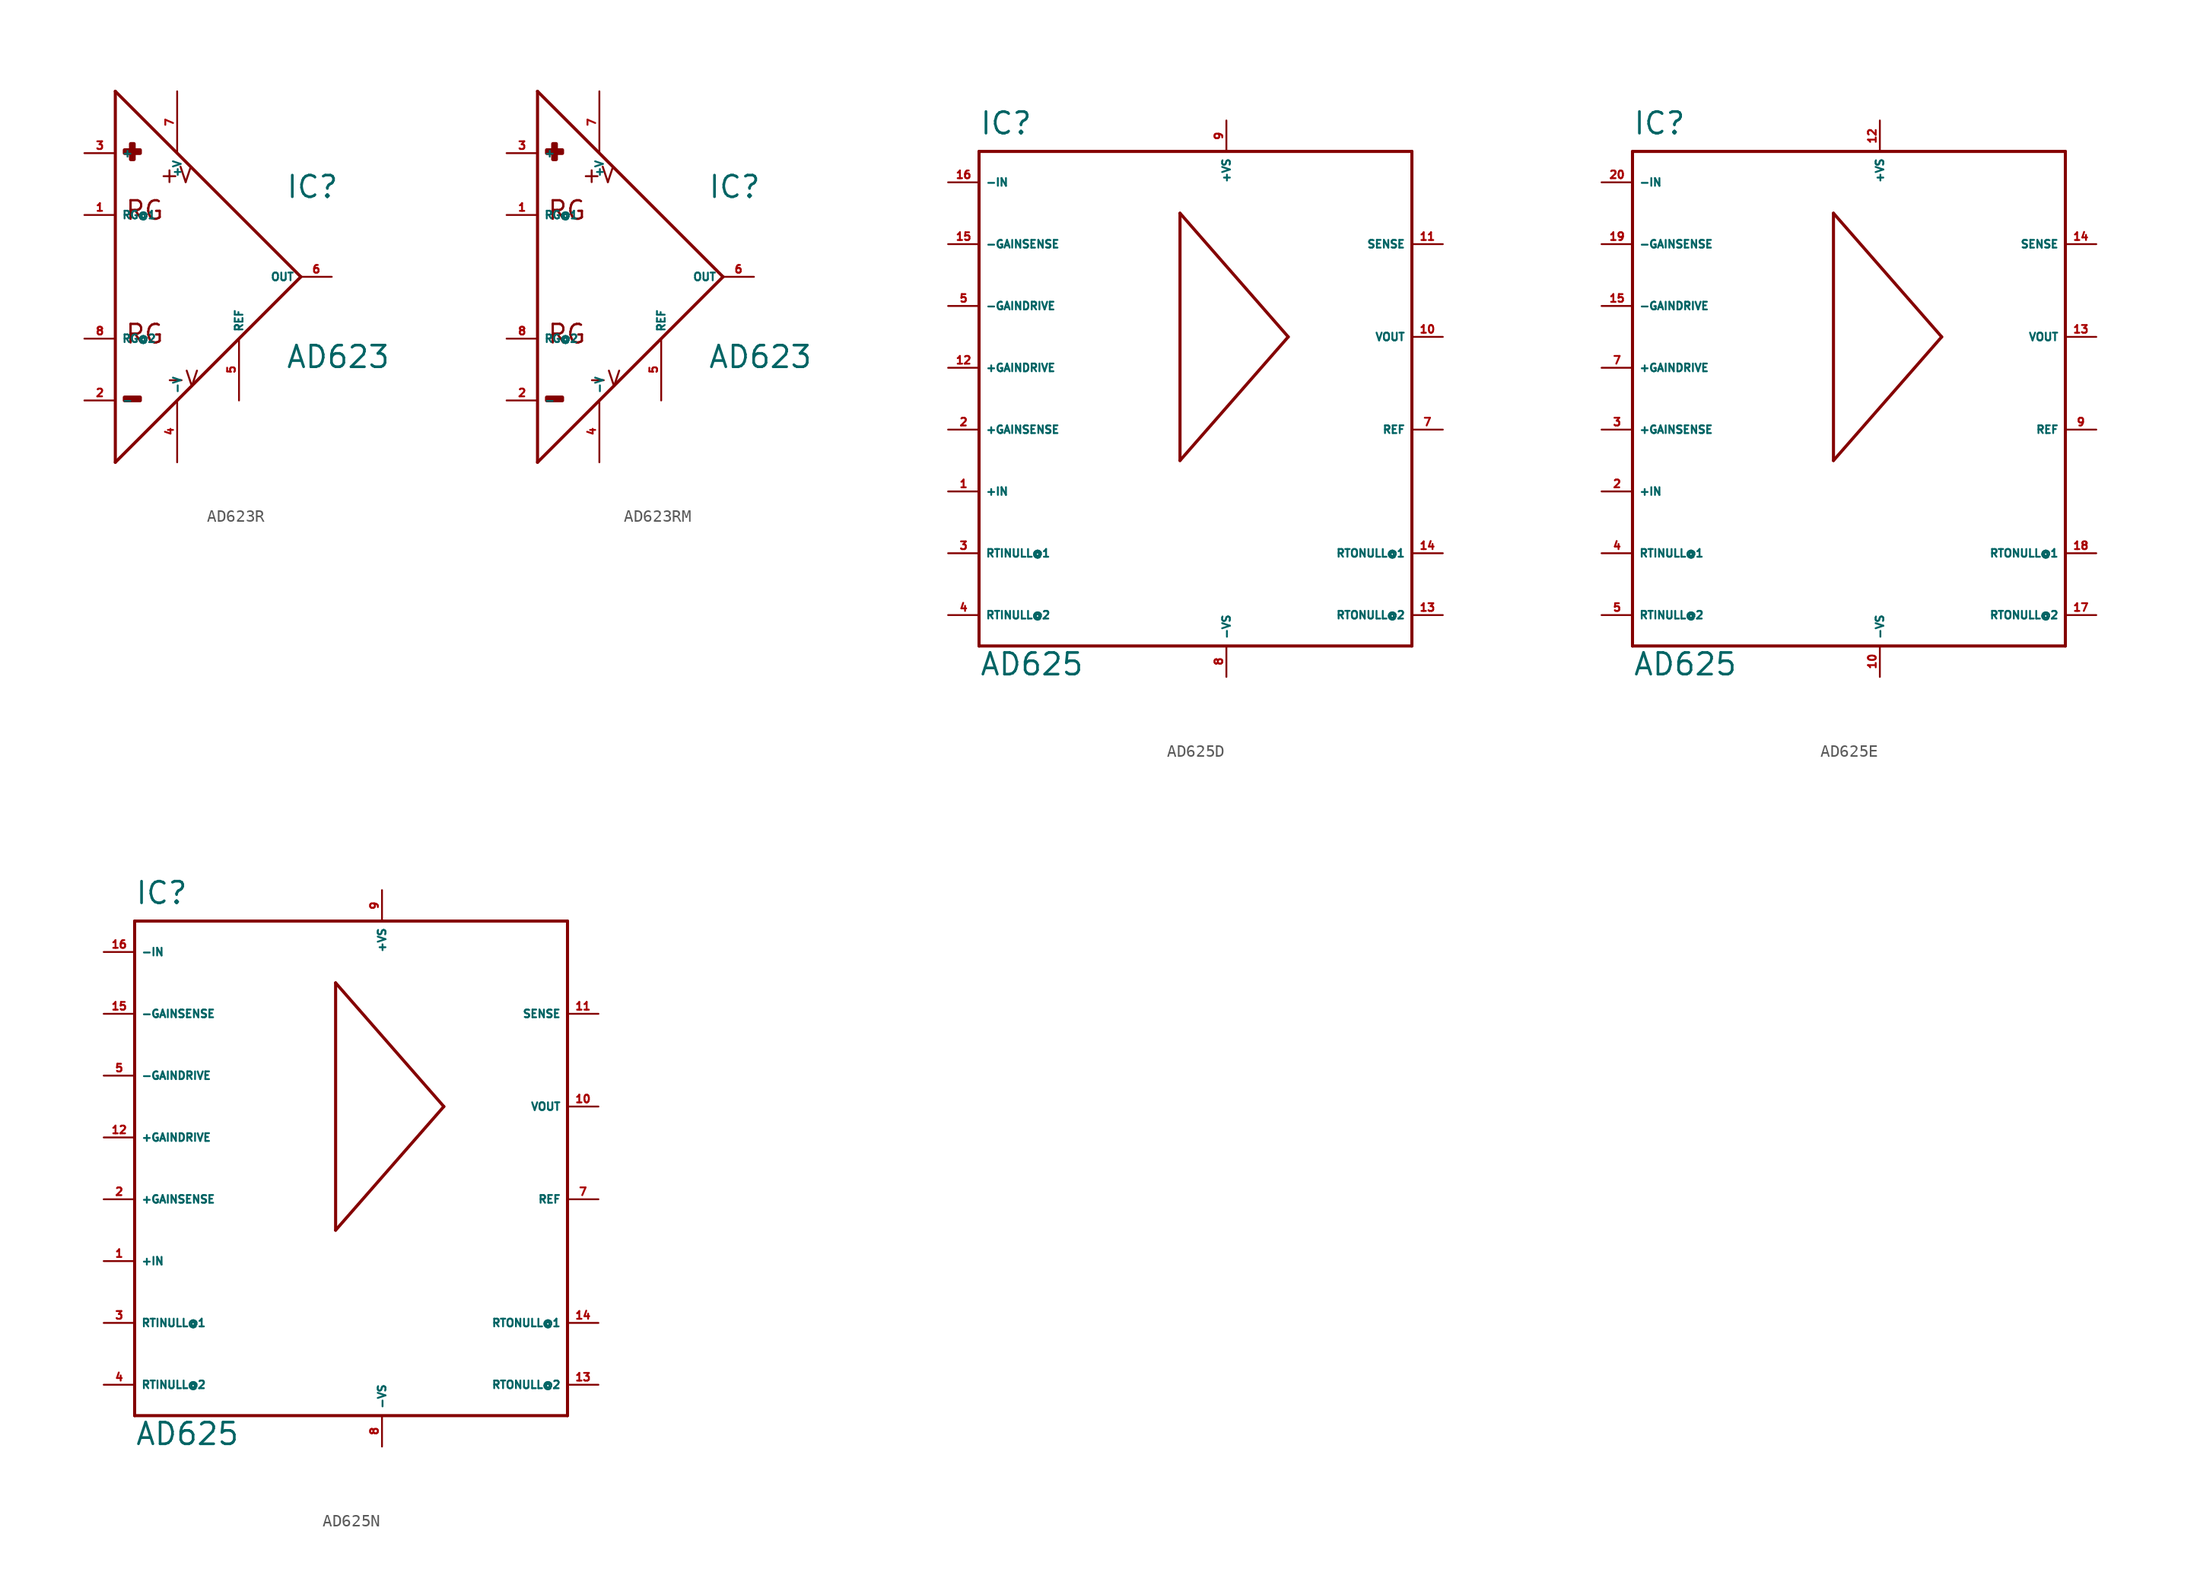
<source format=kicad_sym>
(kicad_symbol_lib
  (version 20220914)
  (generator Eagle2Kicad)
  (symbol "AD623R"
    (property "Reference" "IC"
      (at 8.89 6.35 0)
      (effects (font (size 1.778 1.778) (thickness 0.22)) (justify left bottom)))
    (property "Value" "AD623"
      (at 8.89 -7.62 0)
      (effects (font (size 1.778 1.778) (thickness 0.22)) (justify left bottom)))
    (polyline
      (pts (xy -5.08 15.24) (xy -5.08 -15.24))
      (stroke (width 0.254) (type default))
      (fill (type none)))
    (polyline
      (pts (xy -5.08 -15.24) (xy 10.16 0))
      (stroke (width 0.254) (type default))
      (fill (type none)))
    (polyline
      (pts (xy 10.16 0) (xy -5.08 15.24))
      (stroke (width 0.254) (type default))
      (fill (type none)))
    (text "+V"
      (at -1.524 7.62 0)
      (effects (font (size 1.27 1.27) (thickness 0.16)) (justify left bottom)))
    (text "-V"
      (at -1.016 -9.144 0)
      (effects (font (size 1.27 1.27) (thickness 0.16)) (justify left bottom)))
    (text "RG"
      (at -4.318 4.572 0)
      (effects (font (size 1.524 1.524) (thickness 0.19)) (justify left bottom)))
    (text "RG"
      (at -4.318 -5.588 0)
      (effects (font (size 1.524 1.524) (thickness 0.19)) (justify left bottom)))
    (rectangle
      (start -3.81 9.652)
      (end -3.556 10.922)
      (stroke (width 0.3) (type default))
      (fill (type outline)))
    (rectangle
      (start -4.318 10.16)
      (end -3.048 10.414)
      (stroke (width 0.3) (type default))
      (fill (type outline)))
    (rectangle
      (start -4.318 -10.16)
      (end -3.048 -9.906)
      (stroke (width 0.3) (type default))
      (fill (type outline)))
    (pin input line
      (at -7.62 10.16 0)
      (length 2.54)
      (name "+" (effects (font (size 0.635 0.635) (thickness 0.08)) (justify left bottom)))
      (number "3" (effects (font (size 0.635 0.635) (thickness 0.08)) (justify left bottom))))
    (pin input line
      (at -7.62 -10.16 0)
      (length 2.54)
      (name "-" (effects (font (size 0.635 0.635) (thickness 0.08)) (justify left bottom)))
      (number "2" (effects (font (size 0.635 0.635) (thickness 0.08)) (justify left bottom))))
    (pin unspecified line
      (at 0 -15.24 90)
      (length 5.08)
      (name "-V" (effects (font (size 0.635 0.635) (thickness 0.08)) (justify left bottom)))
      (number "4" (effects (font (size 0.635 0.635) (thickness 0.08)) (justify left bottom))))
    (pin unspecified line
      (at 0 15.24 270)
      (length 5.08)
      (name "+V" (effects (font (size 0.635 0.635) (thickness 0.08)) (justify left bottom)))
      (number "7" (effects (font (size 0.635 0.635) (thickness 0.08)) (justify left bottom))))
    (pin output line
      (at 12.7 0 180)
      (length 2.54)
      (name "OUT" (effects (font (size 0.635 0.635) (thickness 0.08)) (justify left bottom)))
      (number "6" (effects (font (size 0.635 0.635) (thickness 0.08)) (justify left bottom))))
    (pin passive line
      (at -7.62 5.08 0)
      (length 2.54)
      (name "RG@1" (effects (font (size 0.635 0.635) (thickness 0.08)) (justify left bottom)))
      (number "1" (effects (font (size 0.635 0.635) (thickness 0.08)) (justify left bottom))))
    (pin passive line
      (at -7.62 -5.08 0)
      (length 2.54)
      (name "RG@2" (effects (font (size 0.635 0.635) (thickness 0.08)) (justify left bottom)))
      (number "8" (effects (font (size 0.635 0.635) (thickness 0.08)) (justify left bottom))))
    (pin passive line
      (at 5.08 -10.16 90)
      (length 5.08)
      (name "REF" (effects (font (size 0.635 0.635) (thickness 0.08)) (justify left bottom)))
      (number "5" (effects (font (size 0.635 0.635) (thickness 0.08)) (justify left bottom)))))
  (symbol "AD623RM"
    (property "Reference" "IC"
      (at 8.89 6.35 0)
      (effects (font (size 1.778 1.778) (thickness 0.22)) (justify left bottom)))
    (property "Value" "AD623"
      (at 8.89 -7.62 0)
      (effects (font (size 1.778 1.778) (thickness 0.22)) (justify left bottom)))
    (polyline
      (pts (xy -5.08 15.24) (xy -5.08 -15.24))
      (stroke (width 0.254) (type default))
      (fill (type none)))
    (polyline
      (pts (xy -5.08 -15.24) (xy 10.16 0))
      (stroke (width 0.254) (type default))
      (fill (type none)))
    (polyline
      (pts (xy 10.16 0) (xy -5.08 15.24))
      (stroke (width 0.254) (type default))
      (fill (type none)))
    (text "+V"
      (at -1.524 7.62 0)
      (effects (font (size 1.27 1.27) (thickness 0.16)) (justify left bottom)))
    (text "-V"
      (at -1.016 -9.144 0)
      (effects (font (size 1.27 1.27) (thickness 0.16)) (justify left bottom)))
    (text "RG"
      (at -4.318 4.572 0)
      (effects (font (size 1.524 1.524) (thickness 0.19)) (justify left bottom)))
    (text "RG"
      (at -4.318 -5.588 0)
      (effects (font (size 1.524 1.524) (thickness 0.19)) (justify left bottom)))
    (rectangle
      (start -3.81 9.652)
      (end -3.556 10.922)
      (stroke (width 0.3) (type default))
      (fill (type outline)))
    (rectangle
      (start -4.318 10.16)
      (end -3.048 10.414)
      (stroke (width 0.3) (type default))
      (fill (type outline)))
    (rectangle
      (start -4.318 -10.16)
      (end -3.048 -9.906)
      (stroke (width 0.3) (type default))
      (fill (type outline)))
    (pin input line
      (at -7.62 10.16 0)
      (length 2.54)
      (name "+" (effects (font (size 0.635 0.635) (thickness 0.08)) (justify left bottom)))
      (number "3" (effects (font (size 0.635 0.635) (thickness 0.08)) (justify left bottom))))
    (pin input line
      (at -7.62 -10.16 0)
      (length 2.54)
      (name "-" (effects (font (size 0.635 0.635) (thickness 0.08)) (justify left bottom)))
      (number "2" (effects (font (size 0.635 0.635) (thickness 0.08)) (justify left bottom))))
    (pin unspecified line
      (at 0 -15.24 90)
      (length 5.08)
      (name "-V" (effects (font (size 0.635 0.635) (thickness 0.08)) (justify left bottom)))
      (number "4" (effects (font (size 0.635 0.635) (thickness 0.08)) (justify left bottom))))
    (pin unspecified line
      (at 0 15.24 270)
      (length 5.08)
      (name "+V" (effects (font (size 0.635 0.635) (thickness 0.08)) (justify left bottom)))
      (number "7" (effects (font (size 0.635 0.635) (thickness 0.08)) (justify left bottom))))
    (pin output line
      (at 12.7 0 180)
      (length 2.54)
      (name "OUT" (effects (font (size 0.635 0.635) (thickness 0.08)) (justify left bottom)))
      (number "6" (effects (font (size 0.635 0.635) (thickness 0.08)) (justify left bottom))))
    (pin passive line
      (at -7.62 5.08 0)
      (length 2.54)
      (name "RG@1" (effects (font (size 0.635 0.635) (thickness 0.08)) (justify left bottom)))
      (number "1" (effects (font (size 0.635 0.635) (thickness 0.08)) (justify left bottom))))
    (pin passive line
      (at -7.62 -5.08 0)
      (length 2.54)
      (name "RG@2" (effects (font (size 0.635 0.635) (thickness 0.08)) (justify left bottom)))
      (number "8" (effects (font (size 0.635 0.635) (thickness 0.08)) (justify left bottom))))
    (pin passive line
      (at 5.08 -10.16 90)
      (length 5.08)
      (name "REF" (effects (font (size 0.635 0.635) (thickness 0.08)) (justify left bottom)))
      (number "5" (effects (font (size 0.635 0.635) (thickness 0.08)) (justify left bottom)))))
  (symbol "AD625D"
    (property "Reference" "IC"
      (at -17.78 21.59 0)
      (effects (font (size 1.778 1.778) (thickness 0.22)) (justify left bottom)))
    (property "Value" "AD625"
      (at -17.78 -22.86 0)
      (effects (font (size 1.778 1.778) (thickness 0.22)) (justify left bottom)))
    (polyline
      (pts (xy -17.78 20.32) (xy 17.78 20.32))
      (stroke (width 0.254) (type default))
      (fill (type none)))
    (polyline
      (pts (xy 17.78 20.32) (xy 17.78 -20.32))
      (stroke (width 0.254) (type default))
      (fill (type none)))
    (polyline
      (pts (xy 17.78 -20.32) (xy -17.78 -20.32))
      (stroke (width 0.254) (type default))
      (fill (type none)))
    (polyline
      (pts (xy -17.78 -20.32) (xy -17.78 20.32))
      (stroke (width 0.254) (type default))
      (fill (type none)))
    (polyline
      (pts (xy -1.27 15.24) (xy -1.27 -5.08))
      (stroke (width 0.254) (type default))
      (fill (type none)))
    (polyline
      (pts (xy -1.27 -5.08) (xy 7.62 5.08))
      (stroke (width 0.254) (type default))
      (fill (type none)))
    (polyline
      (pts (xy 7.62 5.08) (xy -1.27 15.24))
      (stroke (width 0.254) (type default))
      (fill (type none)))
    (pin input line
      (at -20.32 17.78 0)
      (length 2.54)
      (name "-IN" (effects (font (size 0.635 0.635) (thickness 0.08)) (justify left bottom)))
      (number "16" (effects (font (size 0.635 0.635) (thickness 0.08)) (justify left bottom))))
    (pin input line
      (at -20.32 12.7 0)
      (length 2.54)
      (name "-GAINSENSE" (effects (font (size 0.635 0.635) (thickness 0.08)) (justify left bottom)))
      (number "15" (effects (font (size 0.635 0.635) (thickness 0.08)) (justify left bottom))))
    (pin input line
      (at -20.32 7.62 0)
      (length 2.54)
      (name "-GAINDRIVE" (effects (font (size 0.635 0.635) (thickness 0.08)) (justify left bottom)))
      (number "5" (effects (font (size 0.635 0.635) (thickness 0.08)) (justify left bottom))))
    (pin input line
      (at -20.32 2.54 0)
      (length 2.54)
      (name "+GAINDRIVE" (effects (font (size 0.635 0.635) (thickness 0.08)) (justify left bottom)))
      (number "12" (effects (font (size 0.635 0.635) (thickness 0.08)) (justify left bottom))))
    (pin input line
      (at -20.32 -2.54 0)
      (length 2.54)
      (name "+GAINSENSE" (effects (font (size 0.635 0.635) (thickness 0.08)) (justify left bottom)))
      (number "2" (effects (font (size 0.635 0.635) (thickness 0.08)) (justify left bottom))))
    (pin input line
      (at -20.32 -7.62 0)
      (length 2.54)
      (name "+IN" (effects (font (size 0.635 0.635) (thickness 0.08)) (justify left bottom)))
      (number "1" (effects (font (size 0.635 0.635) (thickness 0.08)) (justify left bottom))))
    (pin input line
      (at 20.32 12.7 180)
      (length 2.54)
      (name "SENSE" (effects (font (size 0.635 0.635) (thickness 0.08)) (justify left bottom)))
      (number "11" (effects (font (size 0.635 0.635) (thickness 0.08)) (justify left bottom))))
    (pin input line
      (at 20.32 -2.54 180)
      (length 2.54)
      (name "REF" (effects (font (size 0.635 0.635) (thickness 0.08)) (justify left bottom)))
      (number "7" (effects (font (size 0.635 0.635) (thickness 0.08)) (justify left bottom))))
    (pin output line
      (at 20.32 5.08 180)
      (length 2.54)
      (name "VOUT" (effects (font (size 0.635 0.635) (thickness 0.08)) (justify left bottom)))
      (number "10" (effects (font (size 0.635 0.635) (thickness 0.08)) (justify left bottom))))
    (pin input line
      (at 2.54 22.86 270)
      (length 2.54)
      (name "+VS" (effects (font (size 0.635 0.635) (thickness 0.08)) (justify left bottom)))
      (number "9" (effects (font (size 0.635 0.635) (thickness 0.08)) (justify left bottom))))
    (pin input line
      (at 2.54 -22.86 90)
      (length 2.54)
      (name "-VS" (effects (font (size 0.635 0.635) (thickness 0.08)) (justify left bottom)))
      (number "8" (effects (font (size 0.635 0.635) (thickness 0.08)) (justify left bottom))))
    (pin passive line
      (at -20.32 -12.7 0)
      (length 2.54)
      (name "RTINULL@1" (effects (font (size 0.635 0.635) (thickness 0.08)) (justify left bottom)))
      (number "3" (effects (font (size 0.635 0.635) (thickness 0.08)) (justify left bottom))))
    (pin passive line
      (at -20.32 -17.78 0)
      (length 2.54)
      (name "RTINULL@2" (effects (font (size 0.635 0.635) (thickness 0.08)) (justify left bottom)))
      (number "4" (effects (font (size 0.635 0.635) (thickness 0.08)) (justify left bottom))))
    (pin passive line
      (at 20.32 -12.7 180)
      (length 2.54)
      (name "RTONULL@1" (effects (font (size 0.635 0.635) (thickness 0.08)) (justify left bottom)))
      (number "14" (effects (font (size 0.635 0.635) (thickness 0.08)) (justify left bottom))))
    (pin passive line
      (at 20.32 -17.78 180)
      (length 2.54)
      (name "RTONULL@2" (effects (font (size 0.635 0.635) (thickness 0.08)) (justify left bottom)))
      (number "13" (effects (font (size 0.635 0.635) (thickness 0.08)) (justify left bottom)))))
  (symbol "AD625E"
    (property "Reference" "IC"
      (at -17.78 21.59 0)
      (effects (font (size 1.778 1.778) (thickness 0.22)) (justify left bottom)))
    (property "Value" "AD625"
      (at -17.78 -22.86 0)
      (effects (font (size 1.778 1.778) (thickness 0.22)) (justify left bottom)))
    (polyline
      (pts (xy -17.78 20.32) (xy 17.78 20.32))
      (stroke (width 0.254) (type default))
      (fill (type none)))
    (polyline
      (pts (xy 17.78 20.32) (xy 17.78 -20.32))
      (stroke (width 0.254) (type default))
      (fill (type none)))
    (polyline
      (pts (xy 17.78 -20.32) (xy -17.78 -20.32))
      (stroke (width 0.254) (type default))
      (fill (type none)))
    (polyline
      (pts (xy -17.78 -20.32) (xy -17.78 20.32))
      (stroke (width 0.254) (type default))
      (fill (type none)))
    (polyline
      (pts (xy -1.27 15.24) (xy -1.27 -5.08))
      (stroke (width 0.254) (type default))
      (fill (type none)))
    (polyline
      (pts (xy -1.27 -5.08) (xy 7.62 5.08))
      (stroke (width 0.254) (type default))
      (fill (type none)))
    (polyline
      (pts (xy 7.62 5.08) (xy -1.27 15.24))
      (stroke (width 0.254) (type default))
      (fill (type none)))
    (pin input line
      (at -20.32 17.78 0)
      (length 2.54)
      (name "-IN" (effects (font (size 0.635 0.635) (thickness 0.08)) (justify left bottom)))
      (number "20" (effects (font (size 0.635 0.635) (thickness 0.08)) (justify left bottom))))
    (pin input line
      (at -20.32 12.7 0)
      (length 2.54)
      (name "-GAINSENSE" (effects (font (size 0.635 0.635) (thickness 0.08)) (justify left bottom)))
      (number "19" (effects (font (size 0.635 0.635) (thickness 0.08)) (justify left bottom))))
    (pin input line
      (at -20.32 7.62 0)
      (length 2.54)
      (name "-GAINDRIVE" (effects (font (size 0.635 0.635) (thickness 0.08)) (justify left bottom)))
      (number "15" (effects (font (size 0.635 0.635) (thickness 0.08)) (justify left bottom))))
    (pin input line
      (at -20.32 2.54 0)
      (length 2.54)
      (name "+GAINDRIVE" (effects (font (size 0.635 0.635) (thickness 0.08)) (justify left bottom)))
      (number "7" (effects (font (size 0.635 0.635) (thickness 0.08)) (justify left bottom))))
    (pin input line
      (at -20.32 -2.54 0)
      (length 2.54)
      (name "+GAINSENSE" (effects (font (size 0.635 0.635) (thickness 0.08)) (justify left bottom)))
      (number "3" (effects (font (size 0.635 0.635) (thickness 0.08)) (justify left bottom))))
    (pin input line
      (at -20.32 -7.62 0)
      (length 2.54)
      (name "+IN" (effects (font (size 0.635 0.635) (thickness 0.08)) (justify left bottom)))
      (number "2" (effects (font (size 0.635 0.635) (thickness 0.08)) (justify left bottom))))
    (pin input line
      (at 20.32 12.7 180)
      (length 2.54)
      (name "SENSE" (effects (font (size 0.635 0.635) (thickness 0.08)) (justify left bottom)))
      (number "14" (effects (font (size 0.635 0.635) (thickness 0.08)) (justify left bottom))))
    (pin input line
      (at 20.32 -2.54 180)
      (length 2.54)
      (name "REF" (effects (font (size 0.635 0.635) (thickness 0.08)) (justify left bottom)))
      (number "9" (effects (font (size 0.635 0.635) (thickness 0.08)) (justify left bottom))))
    (pin output line
      (at 20.32 5.08 180)
      (length 2.54)
      (name "VOUT" (effects (font (size 0.635 0.635) (thickness 0.08)) (justify left bottom)))
      (number "13" (effects (font (size 0.635 0.635) (thickness 0.08)) (justify left bottom))))
    (pin input line
      (at 2.54 22.86 270)
      (length 2.54)
      (name "+VS" (effects (font (size 0.635 0.635) (thickness 0.08)) (justify left bottom)))
      (number "12" (effects (font (size 0.635 0.635) (thickness 0.08)) (justify left bottom))))
    (pin input line
      (at 2.54 -22.86 90)
      (length 2.54)
      (name "-VS" (effects (font (size 0.635 0.635) (thickness 0.08)) (justify left bottom)))
      (number "10" (effects (font (size 0.635 0.635) (thickness 0.08)) (justify left bottom))))
    (pin passive line
      (at -20.32 -12.7 0)
      (length 2.54)
      (name "RTINULL@1" (effects (font (size 0.635 0.635) (thickness 0.08)) (justify left bottom)))
      (number "4" (effects (font (size 0.635 0.635) (thickness 0.08)) (justify left bottom))))
    (pin passive line
      (at -20.32 -17.78 0)
      (length 2.54)
      (name "RTINULL@2" (effects (font (size 0.635 0.635) (thickness 0.08)) (justify left bottom)))
      (number "5" (effects (font (size 0.635 0.635) (thickness 0.08)) (justify left bottom))))
    (pin passive line
      (at 20.32 -12.7 180)
      (length 2.54)
      (name "RTONULL@1" (effects (font (size 0.635 0.635) (thickness 0.08)) (justify left bottom)))
      (number "18" (effects (font (size 0.635 0.635) (thickness 0.08)) (justify left bottom))))
    (pin passive line
      (at 20.32 -17.78 180)
      (length 2.54)
      (name "RTONULL@2" (effects (font (size 0.635 0.635) (thickness 0.08)) (justify left bottom)))
      (number "17" (effects (font (size 0.635 0.635) (thickness 0.08)) (justify left bottom)))))
  (symbol "AD625N"
    (property "Reference" "IC"
      (at -17.78 21.59 0)
      (effects (font (size 1.778 1.778) (thickness 0.22)) (justify left bottom)))
    (property "Value" "AD625"
      (at -17.78 -22.86 0)
      (effects (font (size 1.778 1.778) (thickness 0.22)) (justify left bottom)))
    (polyline
      (pts (xy -17.78 20.32) (xy 17.78 20.32))
      (stroke (width 0.254) (type default))
      (fill (type none)))
    (polyline
      (pts (xy 17.78 20.32) (xy 17.78 -20.32))
      (stroke (width 0.254) (type default))
      (fill (type none)))
    (polyline
      (pts (xy 17.78 -20.32) (xy -17.78 -20.32))
      (stroke (width 0.254) (type default))
      (fill (type none)))
    (polyline
      (pts (xy -17.78 -20.32) (xy -17.78 20.32))
      (stroke (width 0.254) (type default))
      (fill (type none)))
    (polyline
      (pts (xy -1.27 15.24) (xy -1.27 -5.08))
      (stroke (width 0.254) (type default))
      (fill (type none)))
    (polyline
      (pts (xy -1.27 -5.08) (xy 7.62 5.08))
      (stroke (width 0.254) (type default))
      (fill (type none)))
    (polyline
      (pts (xy 7.62 5.08) (xy -1.27 15.24))
      (stroke (width 0.254) (type default))
      (fill (type none)))
    (pin input line
      (at -20.32 17.78 0)
      (length 2.54)
      (name "-IN" (effects (font (size 0.635 0.635) (thickness 0.08)) (justify left bottom)))
      (number "16" (effects (font (size 0.635 0.635) (thickness 0.08)) (justify left bottom))))
    (pin input line
      (at -20.32 12.7 0)
      (length 2.54)
      (name "-GAINSENSE" (effects (font (size 0.635 0.635) (thickness 0.08)) (justify left bottom)))
      (number "15" (effects (font (size 0.635 0.635) (thickness 0.08)) (justify left bottom))))
    (pin input line
      (at -20.32 7.62 0)
      (length 2.54)
      (name "-GAINDRIVE" (effects (font (size 0.635 0.635) (thickness 0.08)) (justify left bottom)))
      (number "5" (effects (font (size 0.635 0.635) (thickness 0.08)) (justify left bottom))))
    (pin input line
      (at -20.32 2.54 0)
      (length 2.54)
      (name "+GAINDRIVE" (effects (font (size 0.635 0.635) (thickness 0.08)) (justify left bottom)))
      (number "12" (effects (font (size 0.635 0.635) (thickness 0.08)) (justify left bottom))))
    (pin input line
      (at -20.32 -2.54 0)
      (length 2.54)
      (name "+GAINSENSE" (effects (font (size 0.635 0.635) (thickness 0.08)) (justify left bottom)))
      (number "2" (effects (font (size 0.635 0.635) (thickness 0.08)) (justify left bottom))))
    (pin input line
      (at -20.32 -7.62 0)
      (length 2.54)
      (name "+IN" (effects (font (size 0.635 0.635) (thickness 0.08)) (justify left bottom)))
      (number "1" (effects (font (size 0.635 0.635) (thickness 0.08)) (justify left bottom))))
    (pin input line
      (at 20.32 12.7 180)
      (length 2.54)
      (name "SENSE" (effects (font (size 0.635 0.635) (thickness 0.08)) (justify left bottom)))
      (number "11" (effects (font (size 0.635 0.635) (thickness 0.08)) (justify left bottom))))
    (pin input line
      (at 20.32 -2.54 180)
      (length 2.54)
      (name "REF" (effects (font (size 0.635 0.635) (thickness 0.08)) (justify left bottom)))
      (number "7" (effects (font (size 0.635 0.635) (thickness 0.08)) (justify left bottom))))
    (pin output line
      (at 20.32 5.08 180)
      (length 2.54)
      (name "VOUT" (effects (font (size 0.635 0.635) (thickness 0.08)) (justify left bottom)))
      (number "10" (effects (font (size 0.635 0.635) (thickness 0.08)) (justify left bottom))))
    (pin input line
      (at 2.54 22.86 270)
      (length 2.54)
      (name "+VS" (effects (font (size 0.635 0.635) (thickness 0.08)) (justify left bottom)))
      (number "9" (effects (font (size 0.635 0.635) (thickness 0.08)) (justify left bottom))))
    (pin input line
      (at 2.54 -22.86 90)
      (length 2.54)
      (name "-VS" (effects (font (size 0.635 0.635) (thickness 0.08)) (justify left bottom)))
      (number "8" (effects (font (size 0.635 0.635) (thickness 0.08)) (justify left bottom))))
    (pin passive line
      (at -20.32 -12.7 0)
      (length 2.54)
      (name "RTINULL@1" (effects (font (size 0.635 0.635) (thickness 0.08)) (justify left bottom)))
      (number "3" (effects (font (size 0.635 0.635) (thickness 0.08)) (justify left bottom))))
    (pin passive line
      (at -20.32 -17.78 0)
      (length 2.54)
      (name "RTINULL@2" (effects (font (size 0.635 0.635) (thickness 0.08)) (justify left bottom)))
      (number "4" (effects (font (size 0.635 0.635) (thickness 0.08)) (justify left bottom))))
    (pin passive line
      (at 20.32 -12.7 180)
      (length 2.54)
      (name "RTONULL@1" (effects (font (size 0.635 0.635) (thickness 0.08)) (justify left bottom)))
      (number "14" (effects (font (size 0.635 0.635) (thickness 0.08)) (justify left bottom))))
    (pin passive line
      (at 20.32 -17.78 180)
      (length 2.54)
      (name "RTONULL@2" (effects (font (size 0.635 0.635) (thickness 0.08)) (justify left bottom)))
      (number "13" (effects (font (size 0.635 0.635) (thickness 0.08)) (justify left bottom))))))
</source>
